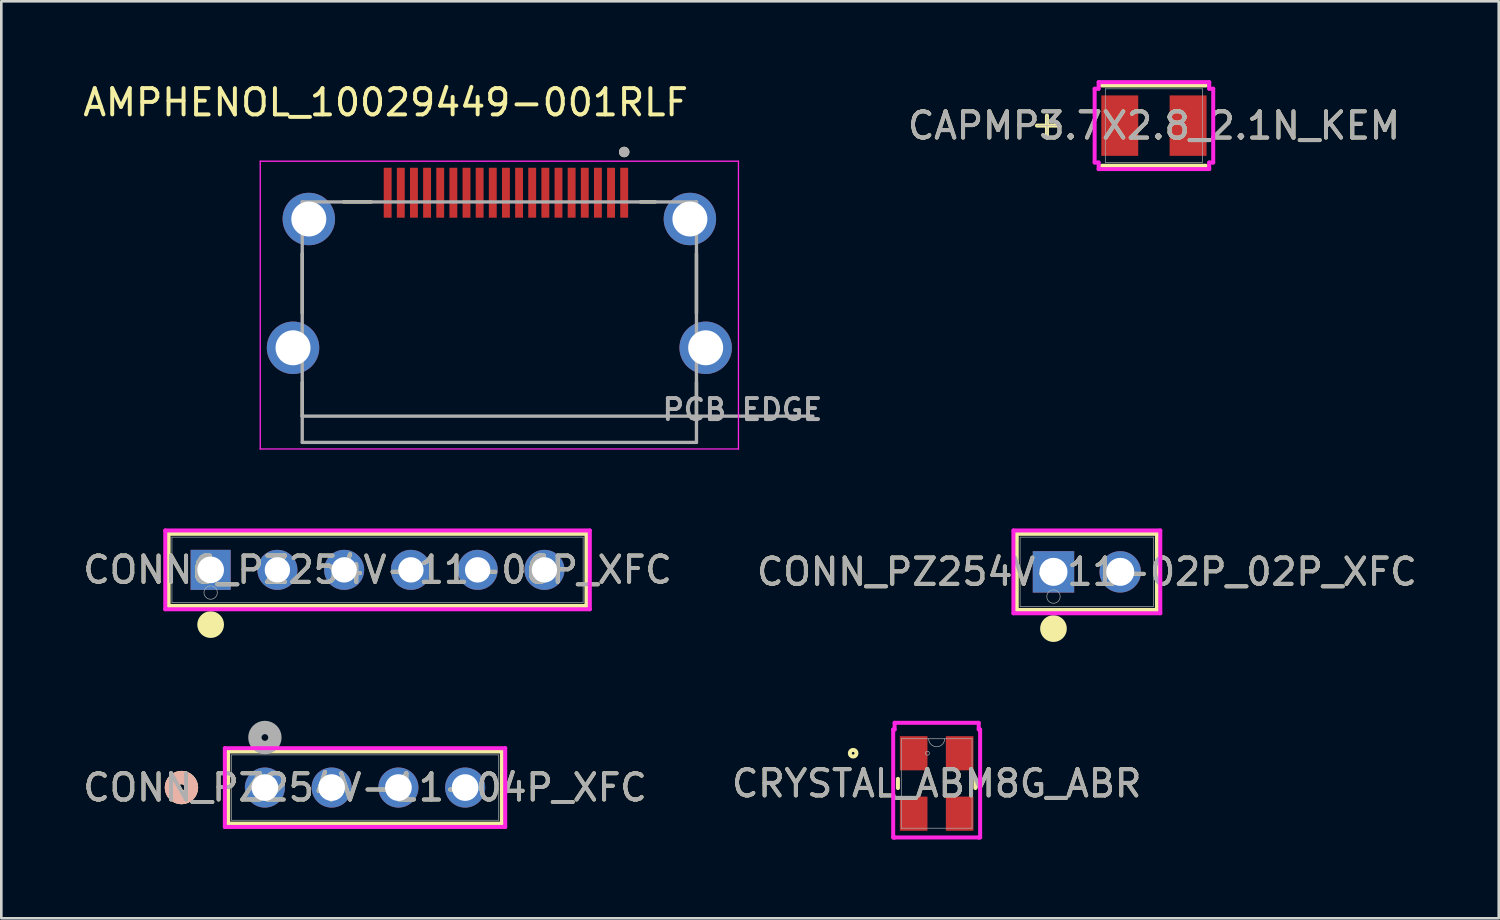
<source format=kicad_pcb>
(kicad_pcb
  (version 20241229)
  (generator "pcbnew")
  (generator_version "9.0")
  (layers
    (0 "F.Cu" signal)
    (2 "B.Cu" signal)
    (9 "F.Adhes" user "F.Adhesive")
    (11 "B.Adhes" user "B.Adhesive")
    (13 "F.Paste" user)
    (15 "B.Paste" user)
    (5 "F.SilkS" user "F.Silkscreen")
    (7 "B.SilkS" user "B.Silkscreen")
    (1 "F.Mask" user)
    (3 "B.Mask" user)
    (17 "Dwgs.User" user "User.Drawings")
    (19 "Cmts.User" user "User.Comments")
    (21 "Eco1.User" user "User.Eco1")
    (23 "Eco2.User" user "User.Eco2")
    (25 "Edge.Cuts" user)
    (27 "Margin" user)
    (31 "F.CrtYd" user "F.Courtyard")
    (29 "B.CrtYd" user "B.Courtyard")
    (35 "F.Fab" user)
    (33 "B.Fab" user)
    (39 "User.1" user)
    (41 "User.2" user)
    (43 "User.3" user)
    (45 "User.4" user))
  (footprint "CRYSTAL_ABM8G_ABR"
    (layer "F.Cu")
    (at 32.589 26.76)
    (property "Reference" "CRYSTAL_ABM8G_ABR" (at 0 0 0) (unlocked yes) (layer "F.SilkS") (effects (font (size 1 1) (thickness 0.15))))
    (attr smd)
    (fp_line (start -1.473 -0.175) (end -1.473 0.175) (stroke (width 0.152) (type solid)) (layer "F.SilkS"))
    (fp_line (start 1.473 0.175) (end 1.473 -0.175) (stroke (width 0.152) (type solid)) (layer "F.SilkS"))
    (fp_circle (center -3.177 -1.15) (end -3.05 -1.15) (stroke (width 0.152) (type solid)) (fill no) (layer "F.SilkS"))
    (fp_line (start -1.654 -2.054) (end -1.6 -2.054) (stroke (width 0.152) (type solid)) (layer "F.CrtYd"))
    (fp_line (start -1.654 2.054) (end -1.654 -2.054) (stroke (width 0.152) (type solid)) (layer "F.CrtYd"))
    (fp_line (start -1.654 2.054) (end -1.6 2.054) (stroke (width 0.152) (type solid)) (layer "F.CrtYd"))
    (fp_line (start -1.6 -2.308) (end 1.6 -2.308) (stroke (width 0.152) (type solid)) (layer "F.CrtYd"))
    (fp_line (start -1.6 -2.054) (end -1.6 -2.308) (stroke (width 0.152) (type solid)) (layer "F.CrtYd"))
    (fp_line (start -1.6 2.054) (end -1.6 2.054) (stroke (width 0.152) (type solid)) (layer "F.CrtYd"))
    (fp_line (start 1.6 -2.308) (end 1.6 -2.054) (stroke (width 0.152) (type solid)) (layer "F.CrtYd"))
    (fp_line (start 1.6 2.054) (end -1.6 2.054) (stroke (width 0.152) (type solid)) (layer "F.CrtYd"))
    (fp_line (start 1.6 2.054) (end 1.6 2.054) (stroke (width 0.152) (type solid)) (layer "F.CrtYd"))
    (fp_line (start 1.654 -2.054) (end 1.6 -2.054) (stroke (width 0.152) (type solid)) (layer "F.CrtYd"))
    (fp_line (start 1.654 -2.054) (end 1.654 2.054) (stroke (width 0.152) (type solid)) (layer "F.CrtYd"))
    (fp_line (start 1.654 2.054) (end 1.6 2.054) (stroke (width 0.152) (type solid)) (layer "F.CrtYd"))
    (fp_line (start -1.346 -1.702) (end -1.346 1.702) (stroke (width 0.025) (type solid)) (layer "F.Fab"))
    (fp_line (start -1.346 1.702) (end 1.346 1.702) (stroke (width 0.025) (type solid)) (layer "F.Fab"))
    (fp_line (start 1.346 -1.702) (end -1.346 -1.702) (stroke (width 0.025) (type solid)) (layer "F.Fab"))
    (fp_line (start 1.346 1.702) (end 1.346 -1.702) (stroke (width 0.025) (type solid)) (layer "F.Fab"))
    (fp_arc (start 0.3048 -1.7018) (mid 0 -1.397) (end -0.3048 -1.7018) (stroke (width 0.0254) (type solid)) (layer "F.Fab"))
    (fp_circle (center -0.35 -1.15) (end -0.274 -1.15) (stroke (width 0.025) (type solid)) (fill no) (layer "F.Fab"))
    (fp_text user "${REFERENCE}" (at 0 0 0) (unlocked yes) (layer "F.Fab") (effects (font (size 1 1) (thickness 0.15))))
    (pad "1" smd rect (at -0.875 -1.15) (size 1.05 1.3) (layers "F.Cu" "F.Mask" "F.Paste"))
    (pad "2" smd rect (at -0.875 1.15) (size 1.05 1.3) (layers "F.Cu" "F.Mask" "F.Paste"))
    (pad "3" smd rect (at 0.875 1.15) (size 1.05 1.3) (layers "F.Cu" "F.Mask" "F.Paste"))
    (pad "4" smd rect (at 0.875 -1.15) (size 1.05 1.3) (layers "F.Cu" "F.Mask" "F.Paste")))
  (footprint "AMPHENOL_10029449-001RLF"
    (layer "F.Cu")
    (at 15.95 9.233)
    (property "Reference" "AMPHENOL_10029449-001RLF" (at -4.325 -8.385 0) (layer "F.SilkS") (effects (font (size 1 1) (thickness 0.15))))
    (attr smd)
    (fp_line (start -7.5 -0.367) (end -7.5 -2.632) (stroke (width 0.127) (type solid)) (layer "F.SilkS"))
    (fp_line (start -7.5 3.55) (end -7.5 2.268) (stroke (width 0.127) (type solid)) (layer "F.SilkS"))
    (fp_line (start -5.933 -4.6) (end -4.87 -4.6) (stroke (width 0.127) (type solid)) (layer "F.SilkS"))
    (fp_line (start 5.37 -4.6) (end 5.933 -4.6) (stroke (width 0.127) (type solid)) (layer "F.SilkS"))
    (fp_line (start 7.5 -2.632) (end 7.5 -0.367) (stroke (width 0.127) (type solid)) (layer "F.SilkS"))
    (fp_line (start 7.5 2.268) (end 7.5 3.55) (stroke (width 0.127) (type solid)) (layer "F.SilkS"))
    (fp_circle (center 4.75 -6.5) (end 4.85 -6.5) (stroke (width 0.2) (type solid)) (fill no) (layer "F.SilkS"))
    (fp_line (start -9.098 -6.15) (end 9.098 -6.15) (stroke (width 0.05) (type solid)) (layer "F.CrtYd"))
    (fp_line (start -9.098 4.8) (end -9.098 -6.15) (stroke (width 0.05) (type solid)) (layer "F.CrtYd"))
    (fp_line (start 9.098 -6.15) (end 9.098 4.8) (stroke (width 0.05) (type solid)) (layer "F.CrtYd"))
    (fp_line (start 9.098 4.8) (end -9.098 4.8) (stroke (width 0.05) (type solid)) (layer "F.CrtYd"))
    (fp_line (start -7.5 -4.6) (end 7.5 -4.6) (stroke (width 0.127) (type solid)) (layer "F.Fab"))
    (fp_line (start -7.5 3.55) (end -7.5 -4.6) (stroke (width 0.127) (type solid)) (layer "F.Fab"))
    (fp_line (start -7.5 3.55) (end 11.93 3.55) (stroke (width 0.127) (type solid)) (layer "F.Fab"))
    (fp_line (start -7.5 4.55) (end -7.5 3.55) (stroke (width 0.127) (type solid)) (layer "F.Fab"))
    (fp_line (start 7.5 -4.6) (end 7.5 4.55) (stroke (width 0.127) (type solid)) (layer "F.Fab"))
    (fp_line (start 7.5 4.55) (end -7.5 4.55) (stroke (width 0.127) (type solid)) (layer "F.Fab"))
    (fp_circle (center 4.75 -6.5) (end 4.85 -6.5) (stroke (width 0.2) (type solid)) (fill no) (layer "F.Fab"))
    (fp_text user "PCB EDGE" (at 9.25 3.3 0) (layer "F.Fab") (effects (font (size 0.8 0.8) (thickness 0.15))))
    (pad "1" smd rect (at 4.75 -4.95) (size 0.3 1.9) (layers "F.Cu" "F.Mask" "F.Paste"))
    (pad "2" smd rect (at 4.25 -4.95) (size 0.3 1.9) (layers "F.Cu" "F.Mask" "F.Paste"))
    (pad "3" smd rect (at 3.75 -4.95) (size 0.3 1.9) (layers "F.Cu" "F.Mask" "F.Paste"))
    (pad "4" smd rect (at 3.25 -4.95) (size 0.3 1.9) (layers "F.Cu" "F.Mask" "F.Paste"))
    (pad "5" smd rect (at 2.75 -4.95) (size 0.3 1.9) (layers "F.Cu" "F.Mask" "F.Paste"))
    (pad "6" smd rect (at 2.25 -4.95) (size 0.3 1.9) (layers "F.Cu" "F.Mask" "F.Paste"))
    (pad "7" smd rect (at 1.75 -4.95) (size 0.3 1.9) (layers "F.Cu" "F.Mask" "F.Paste"))
    (pad "8" smd rect (at 1.25 -4.95) (size 0.3 1.9) (layers "F.Cu" "F.Mask" "F.Paste"))
    (pad "9" smd rect (at 0.75 -4.95) (size 0.3 1.9) (layers "F.Cu" "F.Mask" "F.Paste"))
    (pad "10" smd rect (at 0.25 -4.95) (size 0.3 1.9) (layers "F.Cu" "F.Mask" "F.Paste"))
    (pad "11" smd rect (at -0.25 -4.95) (size 0.3 1.9) (layers "F.Cu" "F.Mask" "F.Paste"))
    (pad "12" smd rect (at -0.75 -4.95) (size 0.3 1.9) (layers "F.Cu" "F.Mask" "F.Paste"))
    (pad "13" smd rect (at -1.25 -4.95) (size 0.3 1.9) (layers "F.Cu" "F.Mask" "F.Paste"))
    (pad "14" smd rect (at -1.75 -4.95) (size 0.3 1.9) (layers "F.Cu" "F.Mask" "F.Paste"))
    (pad "15" smd rect (at -2.25 -4.95) (size 0.3 1.9) (layers "F.Cu" "F.Mask" "F.Paste"))
    (pad "16" smd rect (at -2.75 -4.95) (size 0.3 1.9) (layers "F.Cu" "F.Mask" "F.Paste"))
    (pad "17" smd rect (at -3.25 -4.95) (size 0.3 1.9) (layers "F.Cu" "F.Mask" "F.Paste"))
    (pad "18" smd rect (at -3.75 -4.95) (size 0.3 1.9) (layers "F.Cu" "F.Mask" "F.Paste"))
    (pad "19" smd rect (at -4.25 -4.95) (size 0.3 1.9) (layers "F.Cu" "F.Mask" "F.Paste"))
    (pad "SH1" thru_hole circle (at -7.25 -3.95) (size 1.995 1.995) (drill 1.33) (layers "*.Cu" "*.Mask"))
    (pad "SH2" thru_hole circle (at 7.25 -3.95) (size 1.995 1.995) (drill 1.33) (layers "*.Cu" "*.Mask"))
    (pad "SH3" thru_hole circle (at -7.85 0.95) (size 1.995 1.995) (drill 1.33) (layers "*.Cu" "*.Mask"))
    (pad "SH4" thru_hole circle (at 7.85 0.95) (size 1.995 1.995) (drill 1.33) (layers "*.Cu" "*.Mask")))
  (footprint "CONN_PZ254V-11-04P_XFC"
    (layer "F.Cu")
    (at 7.029 26.916)
    (property "Reference" "CONN_PZ254V-11-04P_XFC" (at 3.81 0 0) (unlocked yes) (layer "F.SilkS") (effects (font (size 1 1) (thickness 0.15))))
    (attr through_hole)
    (fp_line (start -1.397 -1.372) (end -1.397 1.372) (stroke (width 0.152) (type solid)) (layer "F.SilkS"))
    (fp_line (start -1.397 1.372) (end 9.017 1.372) (stroke (width 0.152) (type solid)) (layer "F.SilkS"))
    (fp_line (start 9.017 -1.372) (end -1.397 -1.372) (stroke (width 0.152) (type solid)) (layer "F.SilkS"))
    (fp_line (start 9.017 1.372) (end 9.017 -1.372) (stroke (width 0.152) (type solid)) (layer "F.SilkS"))
    (fp_circle (center -3.175 0) (end -2.794 0) (stroke (width 0.508) (type solid)) (fill no) (layer "F.SilkS"))
    (fp_circle (center -3.175 0) (end -2.794 0) (stroke (width 0.508) (type solid)) (fill no) (layer "B.SilkS"))
    (fp_line (start -1.524 -1.499) (end -1.524 1.499) (stroke (width 0.152) (type solid)) (layer "F.CrtYd"))
    (fp_line (start -1.524 1.499) (end 9.144 1.499) (stroke (width 0.152) (type solid)) (layer "F.CrtYd"))
    (fp_line (start 9.144 -1.499) (end -1.524 -1.499) (stroke (width 0.152) (type solid)) (layer "F.CrtYd"))
    (fp_line (start 9.144 1.499) (end 9.144 -1.499) (stroke (width 0.152) (type solid)) (layer "F.CrtYd"))
    (fp_line (start -1.27 -1.245) (end -1.27 1.245) (stroke (width 0.025) (type solid)) (layer "F.Fab"))
    (fp_line (start -1.27 1.245) (end 8.89 1.245) (stroke (width 0.025) (type solid)) (layer "F.Fab"))
    (fp_line (start 8.89 -1.245) (end -1.27 -1.245) (stroke (width 0.025) (type solid)) (layer "F.Fab"))
    (fp_line (start 8.89 1.245) (end 8.89 -1.245) (stroke (width 0.025) (type solid)) (layer "F.Fab"))
    (fp_circle (center 0 -1.905) (end 0.381 -1.905) (stroke (width 0.508) (type solid)) (fill no) (layer "F.Fab"))
    (fp_text user "${REFERENCE}" (at 3.81 0 0) (unlocked yes) (layer "F.Fab") (effects (font (size 1 1) (thickness 0.15))))
    (pad "1" thru_hole circle (at 0 0) (size 1.524 1.524) (drill 1.016) (layers "*.Cu" "*.Mask"))
    (pad "2" thru_hole circle (at 2.54 0) (size 1.524 1.524) (drill 1.016) (layers "*.Cu" "*.Mask"))
    (pad "3" thru_hole circle (at 5.08 0) (size 1.524 1.524) (drill 1.016) (layers "*.Cu" "*.Mask"))
    (pad "4" thru_hole circle (at 7.62 0) (size 1.524 1.524) (drill 1.016) (layers "*.Cu" "*.Mask")))
  (footprint "CAPMP3.7X2.8_2.1N_KEM"
    (layer "F.Cu")
    (at 40.856 1.73)
    (property "Reference" "CAPMP3.7X2.8_2.1N_KEM" (at 0 0 0) (unlocked yes) (layer "F.SilkS") (effects (font (size 1 1) (thickness 0.15))))
    (attr smd)
    (fp_line (start -4.07 -0.381) (end -4.07 0.381) (stroke (width 0.152) (type solid)) (layer "F.SilkS"))
    (fp_line (start -3.689 0) (end -4.451 0) (stroke (width 0.152) (type solid)) (layer "F.SilkS"))
    (fp_line (start -1.977 1.527) (end 1.977 1.527) (stroke (width 0.152) (type solid)) (layer "F.SilkS"))
    (fp_line (start 1.977 -1.527) (end -1.977 -1.527) (stroke (width 0.152) (type solid)) (layer "F.SilkS"))
    (fp_line (start -2.256 -1.404) (end -2.104 -1.404) (stroke (width 0.152) (type solid)) (layer "F.CrtYd"))
    (fp_line (start -2.256 1.404) (end -2.256 -1.404) (stroke (width 0.152) (type solid)) (layer "F.CrtYd"))
    (fp_line (start -2.104 -1.654) (end 2.104 -1.654) (stroke (width 0.152) (type solid)) (layer "F.CrtYd"))
    (fp_line (start -2.104 -1.404) (end -2.104 -1.654) (stroke (width 0.152) (type solid)) (layer "F.CrtYd"))
    (fp_line (start -2.104 1.404) (end -2.256 1.404) (stroke (width 0.152) (type solid)) (layer "F.CrtYd"))
    (fp_line (start -2.104 1.654) (end -2.104 1.404) (stroke (width 0.152) (type solid)) (layer "F.CrtYd"))
    (fp_line (start 2.104 -1.654) (end 2.104 -1.404) (stroke (width 0.152) (type solid)) (layer "F.CrtYd"))
    (fp_line (start 2.104 -1.404) (end 2.256 -1.404) (stroke (width 0.152) (type solid)) (layer "F.CrtYd"))
    (fp_line (start 2.104 1.404) (end 2.104 1.654) (stroke (width 0.152) (type solid)) (layer "F.CrtYd"))
    (fp_line (start 2.104 1.654) (end -2.104 1.654) (stroke (width 0.152) (type solid)) (layer "F.CrtYd"))
    (fp_line (start 2.256 -1.404) (end 2.256 1.404) (stroke (width 0.152) (type solid)) (layer "F.CrtYd"))
    (fp_line (start 2.256 1.404) (end 2.104 1.404) (stroke (width 0.152) (type solid)) (layer "F.CrtYd"))
    (fp_line (start -4.07 -0.381) (end -4.07 0.381) (stroke (width 0.025) (type solid)) (layer "F.Fab"))
    (fp_line (start -3.689 0) (end -4.451 0) (stroke (width 0.025) (type solid)) (layer "F.Fab"))
    (fp_line (start -1.85 -1.4) (end -1.85 1.4) (stroke (width 0.025) (type solid)) (layer "F.Fab"))
    (fp_line (start -1.85 1.4) (end 1.85 1.4) (stroke (width 0.025) (type solid)) (layer "F.Fab"))
    (fp_line (start 1.85 -1.4) (end -1.85 -1.4) (stroke (width 0.025) (type solid)) (layer "F.Fab"))
    (fp_line (start 1.85 1.4) (end 1.85 -1.4) (stroke (width 0.025) (type solid)) (layer "F.Fab"))
    (fp_text user "${REFERENCE}" (at 0 0 0) (unlocked yes) (layer "F.Fab") (effects (font (size 1 1) (thickness 0.15))))
    (pad "1" smd rect (at -1.3 0 90) (size 2.3 1.405) (layers "F.Cu" "F.Mask" "F.Paste"))
    (pad "2" smd rect (at 1.3 0 90) (size 2.3 1.405) (layers "F.Cu" "F.Mask" "F.Paste"))
    (zone (net_name "") (layer "F.Cu") (hatch full 0.508) (connect_pads) (min_thickness 0.254) (filled_areas_thickness no) (keepout (tracks not_allowed) (vias not_allowed) (pads allowed) (copperpour not_allowed) (footprints allowed)) (placement (enabled no)) (fill) (polygon (pts (xy 39.057 0.381) (xy 42.655 0.381) (xy 42.655 0.529) (xy 39.057 0.529))))
    (zone (net_name "") (layer "F.Cu") (hatch full 0.508) (connect_pads) (min_thickness 0.254) (filled_areas_thickness no) (keepout (tracks not_allowed) (vias not_allowed) (pads allowed) (copperpour not_allowed) (footprints allowed)) (placement (enabled no)) (fill) (polygon (pts (xy 39.057 2.931) (xy 42.655 2.931) (xy 42.655 3.079) (xy 39.057 3.079))))
    (zone (net_name "") (layer "F.Cu") (hatch full 0.508) (connect_pads) (min_thickness 0.254) (filled_areas_thickness no) (keepout (tracks not_allowed) (vias not_allowed) (pads allowed) (copperpour not_allowed) (footprints allowed)) (placement (enabled no)) (fill) (polygon (pts (xy 40.109 0.529) (xy 41.602 0.529) (xy 41.602 2.931) (xy 40.109 2.931)))))
  (footprint "CONN6_PZ254V-11-06P_XFC"
    (layer "F.Cu")
    (at 4.965 18.633)
    (property "Reference" "CONN6_PZ254V-11-06P_XFC" (at 6.35 0 0) (unlocked yes) (layer "F.SilkS") (effects (font (size 1 1) (thickness 0.15))))
    (attr through_hole)
    (fp_line (start -1.6 -1.372) (end -1.6 1.372) (stroke (width 0.152) (type solid)) (layer "F.SilkS"))
    (fp_line (start -1.6 1.372) (end 14.3 1.372) (stroke (width 0.152) (type solid)) (layer "F.SilkS"))
    (fp_line (start 14.3 -1.372) (end -1.6 -1.372) (stroke (width 0.152) (type solid)) (layer "F.SilkS"))
    (fp_line (start 14.3 1.372) (end 14.3 -1.372) (stroke (width 0.152) (type solid)) (layer "F.SilkS"))
    (fp_circle (center 0 2.083) (end 0.254 2.083) (stroke (width 0.508) (type solid)) (fill no) (layer "F.SilkS"))
    (fp_line (start -1.727 -1.499) (end -1.727 1.499) (stroke (width 0.152) (type solid)) (layer "F.CrtYd"))
    (fp_line (start -1.727 1.499) (end 14.427 1.499) (stroke (width 0.152) (type solid)) (layer "F.CrtYd"))
    (fp_line (start 14.427 -1.499) (end -1.727 -1.499) (stroke (width 0.152) (type solid)) (layer "F.CrtYd"))
    (fp_line (start 14.427 1.499) (end 14.427 -1.499) (stroke (width 0.152) (type solid)) (layer "F.CrtYd"))
    (fp_line (start -1.473 -1.245) (end -1.473 1.245) (stroke (width 0.025) (type solid)) (layer "F.Fab"))
    (fp_line (start -1.473 1.245) (end 14.173 1.245) (stroke (width 0.025) (type solid)) (layer "F.Fab"))
    (fp_line (start 14.173 -1.245) (end -1.473 -1.245) (stroke (width 0.025) (type solid)) (layer "F.Fab"))
    (fp_line (start 14.173 1.245) (end 14.173 -1.245) (stroke (width 0.025) (type solid)) (layer "F.Fab"))
    (fp_circle (center 0 0.864) (end 0.254 0.864) (stroke (width 0.025) (type solid)) (fill no) (layer "F.Fab"))
    (fp_text user "${REFERENCE}" (at 6.35 0 0) (unlocked yes) (layer "F.Fab") (effects (font (size 1 1) (thickness 0.15))))
    (pad "1" thru_hole rect (at 0 0) (size 1.524 1.524) (drill 1.016) (layers "*.Cu" "*.Mask"))
    (pad "2" thru_hole circle (at 2.54 0) (size 1.524 1.524) (drill 0.965) (layers "*.Cu" "*.Mask"))
    (pad "3" thru_hole circle (at 5.08 0) (size 1.524 1.524) (drill 0.965) (layers "*.Cu" "*.Mask"))
    (pad "4" thru_hole circle (at 7.62 0) (size 1.524 1.524) (drill 0.965) (layers "*.Cu" "*.Mask"))
    (pad "5" thru_hole circle (at 10.16 0) (size 1.524 1.524) (drill 0.965) (layers "*.Cu" "*.Mask"))
    (pad "6" thru_hole circle (at 12.7 0) (size 1.524 1.524) (drill 0.965) (layers "*.Cu" "*.Mask")))
  (footprint "CONN_PZ254V-11-02P_02P_XFC"
    (layer "F.Cu")
    (at 37.034 18.709)
    (property "Reference" "CONN_PZ254V-11-02P_02P_XFC" (at 1.27 0 0) (unlocked yes) (layer "F.SilkS") (effects (font (size 1 1) (thickness 0.15))))
    (attr through_hole)
    (fp_line (start -1.397 -1.448) (end -1.397 1.448) (stroke (width 0.152) (type solid)) (layer "F.SilkS"))
    (fp_line (start -1.397 1.448) (end 3.937 1.448) (stroke (width 0.152) (type solid)) (layer "F.SilkS"))
    (fp_line (start 3.937 -1.448) (end -1.397 -1.448) (stroke (width 0.152) (type solid)) (layer "F.SilkS"))
    (fp_line (start 3.937 1.448) (end 3.937 -1.448) (stroke (width 0.152) (type solid)) (layer "F.SilkS"))
    (fp_circle (center 0 2.159) (end 0.254 2.159) (stroke (width 0.508) (type solid)) (fill no) (layer "F.SilkS"))
    (fp_line (start -1.524 -1.575) (end -1.524 1.575) (stroke (width 0.152) (type solid)) (layer "F.CrtYd"))
    (fp_line (start -1.524 1.575) (end 4.064 1.575) (stroke (width 0.152) (type solid)) (layer "F.CrtYd"))
    (fp_line (start 4.064 -1.575) (end -1.524 -1.575) (stroke (width 0.152) (type solid)) (layer "F.CrtYd"))
    (fp_line (start 4.064 1.575) (end 4.064 -1.575) (stroke (width 0.152) (type solid)) (layer "F.CrtYd"))
    (fp_line (start -1.27 -1.321) (end -1.27 1.321) (stroke (width 0.025) (type solid)) (layer "F.Fab"))
    (fp_line (start -1.27 1.321) (end 3.81 1.321) (stroke (width 0.025) (type solid)) (layer "F.Fab"))
    (fp_line (start 3.81 -1.321) (end -1.27 -1.321) (stroke (width 0.025) (type solid)) (layer "F.Fab"))
    (fp_line (start 3.81 1.321) (end 3.81 -1.321) (stroke (width 0.025) (type solid)) (layer "F.Fab"))
    (fp_circle (center 0 0.94) (end 0.254 0.94) (stroke (width 0.025) (type solid)) (fill no) (layer "F.Fab"))
    (fp_text user "${REFERENCE}" (at 1.27 0 0) (unlocked yes) (layer "F.Fab") (effects (font (size 1 1) (thickness 0.15))))
    (pad "1" thru_hole rect (at 0 0) (size 1.575 1.575) (drill 1.067) (layers "*.Cu" "*.Mask"))
    (pad "2" thru_hole circle (at 2.54 0) (size 1.575 1.575) (drill 1.067) (layers "*.Cu" "*.Mask")))
  (gr_rect
    (start -3 -3)
    (end 53.976 31.891)
    (stroke (width 0.1) (type default))
    (fill no)
    (layer "Edge.Cuts")))
</source>
